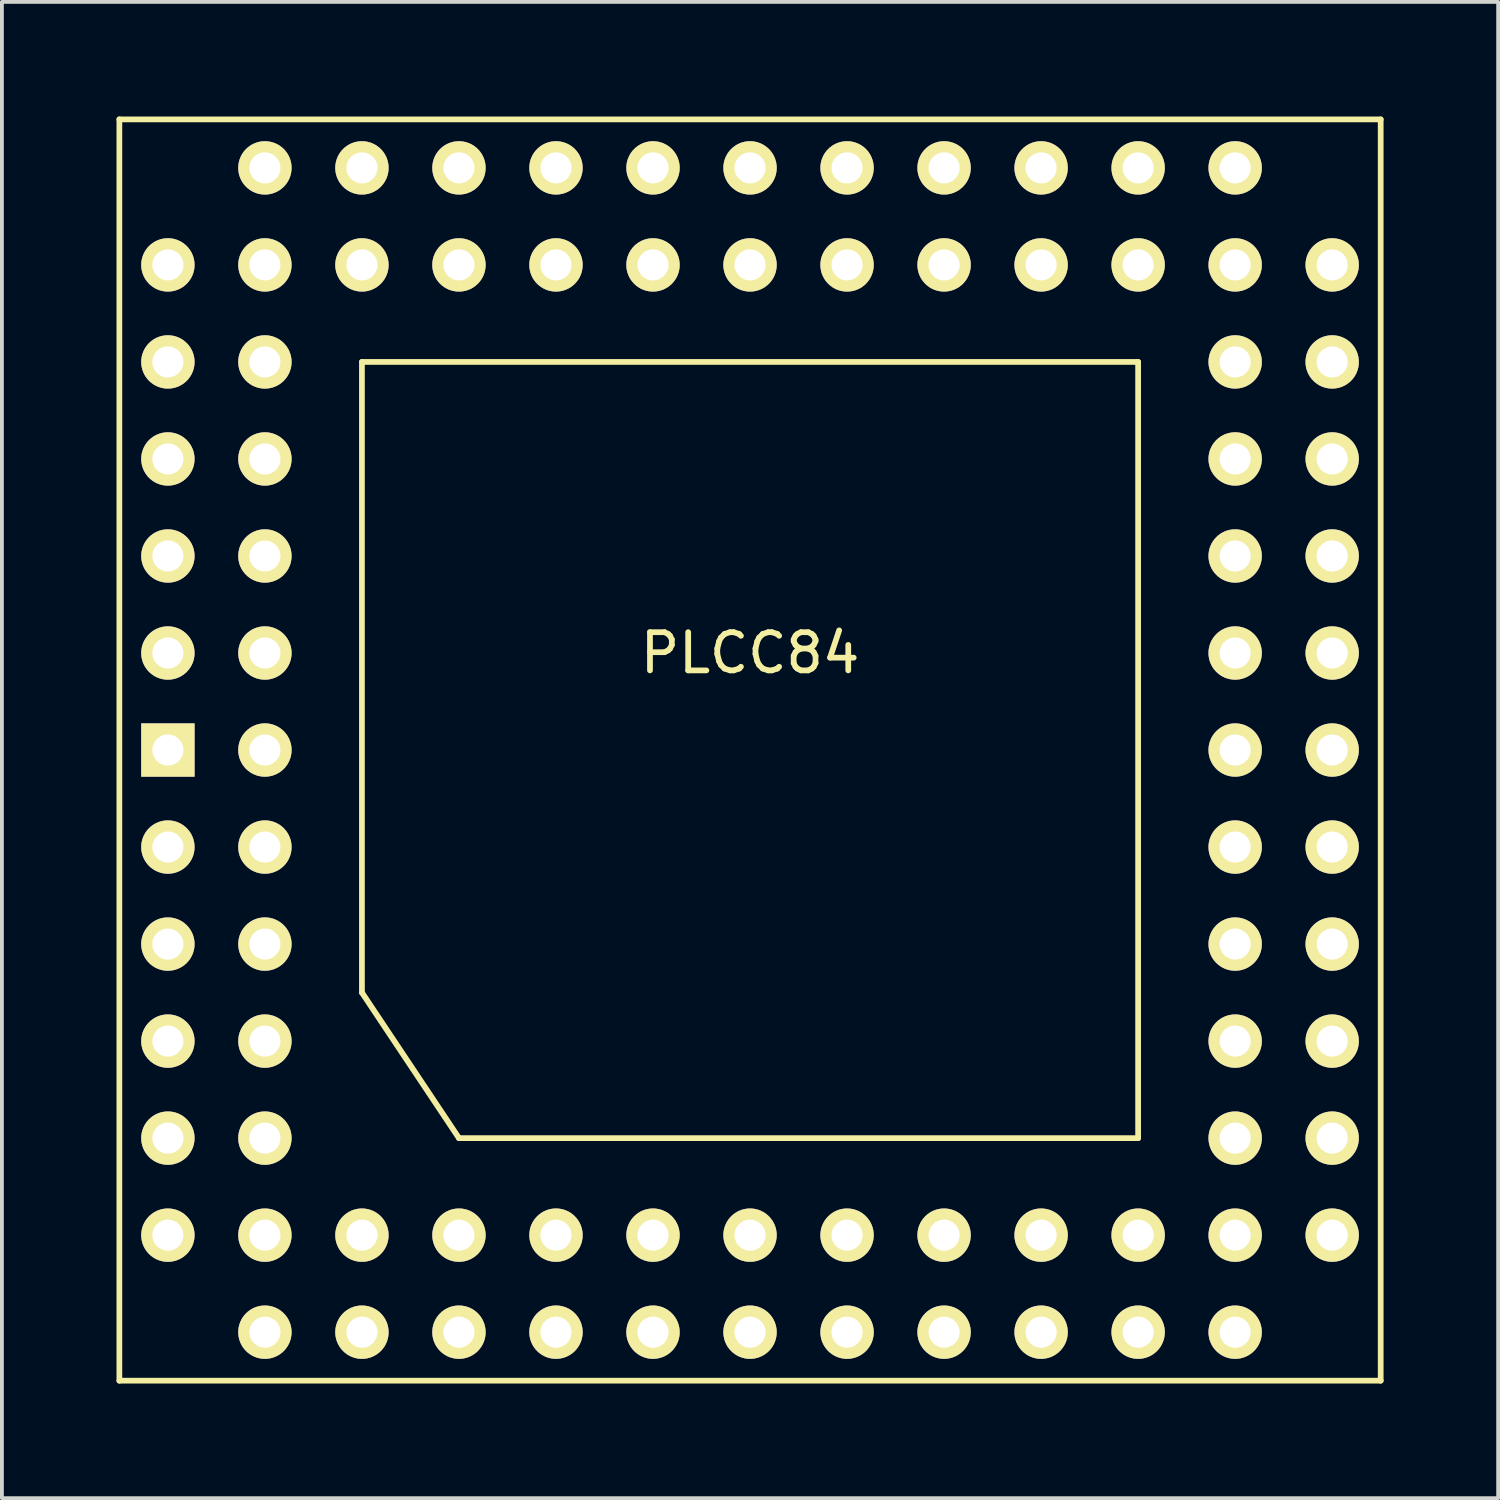
<source format=kicad_pcb>
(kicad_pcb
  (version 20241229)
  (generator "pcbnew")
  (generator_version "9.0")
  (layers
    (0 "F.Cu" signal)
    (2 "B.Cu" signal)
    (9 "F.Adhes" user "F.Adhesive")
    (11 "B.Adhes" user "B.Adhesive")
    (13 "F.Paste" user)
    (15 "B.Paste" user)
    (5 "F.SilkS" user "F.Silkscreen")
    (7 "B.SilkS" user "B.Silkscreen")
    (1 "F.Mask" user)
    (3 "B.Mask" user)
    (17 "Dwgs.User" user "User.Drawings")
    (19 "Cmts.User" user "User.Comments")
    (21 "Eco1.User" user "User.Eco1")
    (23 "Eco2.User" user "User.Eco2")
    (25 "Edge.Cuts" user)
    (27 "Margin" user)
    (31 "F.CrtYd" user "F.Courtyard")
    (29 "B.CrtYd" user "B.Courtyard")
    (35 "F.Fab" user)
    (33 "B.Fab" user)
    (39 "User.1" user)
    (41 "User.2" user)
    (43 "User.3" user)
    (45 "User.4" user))
  (footprint "PLCC84"
    (layer "F.Cu")
    (at 16.585 16.585)
    (property "Reference" "PLCC84" (at 0 -2.54 0) (layer "F.SilkS") (effects (font (size 1 1) (thickness 0.15))))
    (attr through_hole)
    (fp_line (start -16.51 -16.51) (end -16.51 16.51) (stroke (width 0.15) (type solid)) (layer "F.SilkS"))
    (fp_line (start -16.51 16.51) (end 16.51 16.51) (stroke (width 0.15) (type solid)) (layer "F.SilkS"))
    (fp_line (start -10.16 -10.16) (end -10.16 6.35) (stroke (width 0.15) (type solid)) (layer "F.SilkS"))
    (fp_line (start -10.16 6.35) (end -7.62 10.16) (stroke (width 0.15) (type solid)) (layer "F.SilkS"))
    (fp_line (start -7.62 10.16) (end 10.16 10.16) (stroke (width 0.15) (type solid)) (layer "F.SilkS"))
    (fp_line (start 10.16 -10.16) (end -10.16 -10.16) (stroke (width 0.15) (type solid)) (layer "F.SilkS"))
    (fp_line (start 10.16 10.16) (end 10.16 -10.16) (stroke (width 0.15) (type solid)) (layer "F.SilkS"))
    (fp_line (start 16.51 -16.51) (end -16.51 -16.51) (stroke (width 0.15) (type solid)) (layer "F.SilkS"))
    (fp_line (start 16.51 16.51) (end 16.51 -16.51) (stroke (width 0.15) (type solid)) (layer "F.SilkS"))
    (pad "1" thru_hole rect (at -15.24 0) (size 1.397 1.397) (drill 0.813) (layers "*.Cu" "*.Mask" "F.SilkS"))
    (pad "2" thru_hole circle (at -12.7 0) (size 1.397 1.397) (drill 0.813) (layers "*.Cu" "*.Mask" "F.SilkS"))
    (pad "3" thru_hole circle (at -15.24 2.54) (size 1.397 1.397) (drill 0.813) (layers "*.Cu" "*.Mask" "F.SilkS"))
    (pad "4" thru_hole circle (at -12.7 2.54) (size 1.397 1.397) (drill 0.813) (layers "*.Cu" "*.Mask" "F.SilkS"))
    (pad "5" thru_hole circle (at -15.24 5.08) (size 1.397 1.397) (drill 0.813) (layers "*.Cu" "*.Mask" "F.SilkS"))
    (pad "6" thru_hole circle (at -12.7 5.08) (size 1.397 1.397) (drill 0.813) (layers "*.Cu" "*.Mask" "F.SilkS"))
    (pad "7" thru_hole circle (at -15.24 7.62) (size 1.397 1.397) (drill 0.813) (layers "*.Cu" "*.Mask" "F.SilkS"))
    (pad "8" thru_hole circle (at -12.7 7.62) (size 1.397 1.397) (drill 0.813) (layers "*.Cu" "*.Mask" "F.SilkS"))
    (pad "9" thru_hole circle (at -15.24 10.16) (size 1.397 1.397) (drill 0.813) (layers "*.Cu" "*.Mask" "F.SilkS"))
    (pad "10" thru_hole circle (at -12.7 10.16) (size 1.397 1.397) (drill 0.813) (layers "*.Cu" "*.Mask" "F.SilkS"))
    (pad "11" thru_hole circle (at -15.24 12.7) (size 1.397 1.397) (drill 0.813) (layers "*.Cu" "*.Mask" "F.SilkS"))
    (pad "12" thru_hole circle (at -12.7 15.24) (size 1.397 1.397) (drill 0.813) (layers "*.Cu" "*.Mask" "F.SilkS"))
    (pad "13" thru_hole circle (at -12.7 12.7) (size 1.397 1.397) (drill 0.813) (layers "*.Cu" "*.Mask" "F.SilkS"))
    (pad "14" thru_hole circle (at -10.16 15.24) (size 1.397 1.397) (drill 0.813) (layers "*.Cu" "*.Mask" "F.SilkS"))
    (pad "15" thru_hole circle (at -10.16 12.7) (size 1.397 1.397) (drill 0.813) (layers "*.Cu" "*.Mask" "F.SilkS"))
    (pad "16" thru_hole circle (at -7.62 15.24) (size 1.397 1.397) (drill 0.813) (layers "*.Cu" "*.Mask" "F.SilkS"))
    (pad "17" thru_hole circle (at -7.62 12.7) (size 1.397 1.397) (drill 0.813) (layers "*.Cu" "*.Mask" "F.SilkS"))
    (pad "18" thru_hole circle (at -5.08 15.24) (size 1.397 1.397) (drill 0.813) (layers "*.Cu" "*.Mask" "F.SilkS"))
    (pad "19" thru_hole circle (at -5.08 12.7) (size 1.397 1.397) (drill 0.813) (layers "*.Cu" "*.Mask" "F.SilkS"))
    (pad "20" thru_hole circle (at -2.54 15.24) (size 1.397 1.397) (drill 0.813) (layers "*.Cu" "*.Mask" "F.SilkS"))
    (pad "21" thru_hole circle (at -2.54 12.7) (size 1.397 1.397) (drill 0.813) (layers "*.Cu" "*.Mask" "F.SilkS"))
    (pad "22" thru_hole circle (at 0 15.24) (size 1.397 1.397) (drill 0.813) (layers "*.Cu" "*.Mask" "F.SilkS"))
    (pad "23" thru_hole circle (at 0 12.7) (size 1.397 1.397) (drill 0.813) (layers "*.Cu" "*.Mask" "F.SilkS"))
    (pad "24" thru_hole circle (at 2.54 15.24) (size 1.397 1.397) (drill 0.813) (layers "*.Cu" "*.Mask" "F.SilkS"))
    (pad "25" thru_hole circle (at 2.54 12.7) (size 1.397 1.397) (drill 0.813) (layers "*.Cu" "*.Mask" "F.SilkS"))
    (pad "26" thru_hole circle (at 5.08 15.24) (size 1.397 1.397) (drill 0.813) (layers "*.Cu" "*.Mask" "F.SilkS"))
    (pad "27" thru_hole circle (at 5.08 12.7) (size 1.397 1.397) (drill 0.813) (layers "*.Cu" "*.Mask" "F.SilkS"))
    (pad "28" thru_hole circle (at 7.62 15.24) (size 1.397 1.397) (drill 0.813) (layers "*.Cu" "*.Mask" "F.SilkS"))
    (pad "29" thru_hole circle (at 7.62 12.7) (size 1.397 1.397) (drill 0.813) (layers "*.Cu" "*.Mask" "F.SilkS"))
    (pad "30" thru_hole circle (at 10.16 15.24) (size 1.397 1.397) (drill 0.813) (layers "*.Cu" "*.Mask" "F.SilkS"))
    (pad "31" thru_hole circle (at 10.16 12.7) (size 1.397 1.397) (drill 0.813) (layers "*.Cu" "*.Mask" "F.SilkS"))
    (pad "32" thru_hole circle (at 12.7 15.24) (size 1.397 1.397) (drill 0.813) (layers "*.Cu" "*.Mask" "F.SilkS"))
    (pad "33" thru_hole circle (at 15.24 12.7) (size 1.397 1.397) (drill 0.813) (layers "*.Cu" "*.Mask" "F.SilkS"))
    (pad "34" thru_hole circle (at 12.7 12.7) (size 1.397 1.397) (drill 0.813) (layers "*.Cu" "*.Mask" "F.SilkS"))
    (pad "35" thru_hole circle (at 15.24 10.16) (size 1.397 1.397) (drill 0.813) (layers "*.Cu" "*.Mask" "F.SilkS"))
    (pad "36" thru_hole circle (at 12.7 10.16) (size 1.397 1.397) (drill 0.813) (layers "*.Cu" "*.Mask" "F.SilkS"))
    (pad "37" thru_hole circle (at 15.24 7.62) (size 1.397 1.397) (drill 0.813) (layers "*.Cu" "*.Mask" "F.SilkS"))
    (pad "38" thru_hole circle (at 12.7 7.62) (size 1.397 1.397) (drill 0.813) (layers "*.Cu" "*.Mask" "F.SilkS"))
    (pad "39" thru_hole circle (at 15.24 5.08) (size 1.397 1.397) (drill 0.813) (layers "*.Cu" "*.Mask" "F.SilkS"))
    (pad "40" thru_hole circle (at 12.7 5.08) (size 1.397 1.397) (drill 0.813) (layers "*.Cu" "*.Mask" "F.SilkS"))
    (pad "41" thru_hole circle (at 15.24 2.54) (size 1.397 1.397) (drill 0.813) (layers "*.Cu" "*.Mask" "F.SilkS"))
    (pad "42" thru_hole circle (at 12.7 2.54) (size 1.397 1.397) (drill 0.813) (layers "*.Cu" "*.Mask" "F.SilkS"))
    (pad "43" thru_hole circle (at 15.24 0) (size 1.397 1.397) (drill 0.813) (layers "*.Cu" "*.Mask" "F.SilkS"))
    (pad "44" thru_hole circle (at 12.7 0) (size 1.397 1.397) (drill 0.813) (layers "*.Cu" "*.Mask" "F.SilkS"))
    (pad "45" thru_hole circle (at 15.24 -2.54) (size 1.397 1.397) (drill 0.813) (layers "*.Cu" "*.Mask" "F.SilkS"))
    (pad "46" thru_hole circle (at 12.7 -2.54) (size 1.397 1.397) (drill 0.813) (layers "*.Cu" "*.Mask" "F.SilkS"))
    (pad "47" thru_hole circle (at 15.24 -5.08) (size 1.397 1.397) (drill 0.813) (layers "*.Cu" "*.Mask" "F.SilkS"))
    (pad "48" thru_hole circle (at 12.7 -5.08) (size 1.397 1.397) (drill 0.813) (layers "*.Cu" "*.Mask" "F.SilkS"))
    (pad "49" thru_hole circle (at 15.24 -7.62) (size 1.397 1.397) (drill 0.813) (layers "*.Cu" "*.Mask" "F.SilkS"))
    (pad "50" thru_hole circle (at 12.7 -7.62) (size 1.397 1.397) (drill 0.813) (layers "*.Cu" "*.Mask" "F.SilkS"))
    (pad "51" thru_hole circle (at 15.24 -10.16) (size 1.397 1.397) (drill 0.813) (layers "*.Cu" "*.Mask" "F.SilkS"))
    (pad "52" thru_hole circle (at 12.7 -10.16) (size 1.397 1.397) (drill 0.813) (layers "*.Cu" "*.Mask" "F.SilkS"))
    (pad "53" thru_hole circle (at 15.24 -12.7) (size 1.397 1.397) (drill 0.813) (layers "*.Cu" "*.Mask" "F.SilkS"))
    (pad "54" thru_hole circle (at 12.7 -15.24) (size 1.397 1.397) (drill 0.813) (layers "*.Cu" "*.Mask" "F.SilkS"))
    (pad "55" thru_hole circle (at 12.7 -12.7) (size 1.397 1.397) (drill 0.813) (layers "*.Cu" "*.Mask" "F.SilkS"))
    (pad "56" thru_hole circle (at 10.16 -15.24) (size 1.397 1.397) (drill 0.813) (layers "*.Cu" "*.Mask" "F.SilkS"))
    (pad "57" thru_hole circle (at 10.16 -12.7) (size 1.397 1.397) (drill 0.813) (layers "*.Cu" "*.Mask" "F.SilkS"))
    (pad "58" thru_hole circle (at 7.62 -15.24) (size 1.397 1.397) (drill 0.813) (layers "*.Cu" "*.Mask" "F.SilkS"))
    (pad "59" thru_hole circle (at 7.62 -12.7) (size 1.397 1.397) (drill 0.813) (layers "*.Cu" "*.Mask" "F.SilkS"))
    (pad "60" thru_hole circle (at 5.08 -15.24) (size 1.397 1.397) (drill 0.813) (layers "*.Cu" "*.Mask" "F.SilkS"))
    (pad "61" thru_hole circle (at 5.08 -12.7) (size 1.397 1.397) (drill 0.813) (layers "*.Cu" "*.Mask" "F.SilkS"))
    (pad "62" thru_hole circle (at 2.54 -15.24) (size 1.397 1.397) (drill 0.813) (layers "*.Cu" "*.Mask" "F.SilkS"))
    (pad "63" thru_hole circle (at 2.54 -12.7) (size 1.397 1.397) (drill 0.813) (layers "*.Cu" "*.Mask" "F.SilkS"))
    (pad "64" thru_hole circle (at 0 -15.24) (size 1.397 1.397) (drill 0.813) (layers "*.Cu" "*.Mask" "F.SilkS"))
    (pad "65" thru_hole circle (at 0 -12.7) (size 1.397 1.397) (drill 0.813) (layers "*.Cu" "*.Mask" "F.SilkS"))
    (pad "66" thru_hole circle (at -2.54 -15.24) (size 1.397 1.397) (drill 0.813) (layers "*.Cu" "*.Mask" "F.SilkS"))
    (pad "67" thru_hole circle (at -2.54 -12.7) (size 1.397 1.397) (drill 0.813) (layers "*.Cu" "*.Mask" "F.SilkS"))
    (pad "68" thru_hole circle (at -5.08 -15.24) (size 1.397 1.397) (drill 0.813) (layers "*.Cu" "*.Mask" "F.SilkS"))
    (pad "69" thru_hole circle (at -5.08 -12.7) (size 1.397 1.397) (drill 0.813) (layers "*.Cu" "*.Mask" "F.SilkS"))
    (pad "70" thru_hole circle (at -7.62 -15.24) (size 1.397 1.397) (drill 0.813) (layers "*.Cu" "*.Mask" "F.SilkS"))
    (pad "71" thru_hole circle (at -7.62 -12.7) (size 1.397 1.397) (drill 0.813) (layers "*.Cu" "*.Mask" "F.SilkS"))
    (pad "72" thru_hole circle (at -10.16 -15.24) (size 1.397 1.397) (drill 0.813) (layers "*.Cu" "*.Mask" "F.SilkS"))
    (pad "73" thru_hole circle (at -10.16 -12.7) (size 1.397 1.397) (drill 0.813) (layers "*.Cu" "*.Mask" "F.SilkS"))
    (pad "74" thru_hole circle (at -12.7 -15.24) (size 1.397 1.397) (drill 0.813) (layers "*.Cu" "*.Mask" "F.SilkS"))
    (pad "75" thru_hole circle (at -15.24 -12.7) (size 1.397 1.397) (drill 0.813) (layers "*.Cu" "*.Mask" "F.SilkS"))
    (pad "76" thru_hole circle (at -12.7 -12.7) (size 1.397 1.397) (drill 0.813) (layers "*.Cu" "*.Mask" "F.SilkS"))
    (pad "77" thru_hole circle (at -15.24 -10.16) (size 1.397 1.397) (drill 0.813) (layers "*.Cu" "*.Mask" "F.SilkS"))
    (pad "78" thru_hole circle (at -12.7 -10.16) (size 1.397 1.397) (drill 0.813) (layers "*.Cu" "*.Mask" "F.SilkS"))
    (pad "79" thru_hole circle (at -15.24 -7.62) (size 1.397 1.397) (drill 0.813) (layers "*.Cu" "*.Mask" "F.SilkS"))
    (pad "80" thru_hole circle (at -12.7 -7.62) (size 1.397 1.397) (drill 0.813) (layers "*.Cu" "*.Mask" "F.SilkS"))
    (pad "81" thru_hole circle (at -15.24 -5.08) (size 1.397 1.397) (drill 0.813) (layers "*.Cu" "*.Mask" "F.SilkS"))
    (pad "82" thru_hole circle (at -12.7 -5.08) (size 1.397 1.397) (drill 0.813) (layers "*.Cu" "*.Mask" "F.SilkS"))
    (pad "83" thru_hole circle (at -15.24 -2.54) (size 1.397 1.397) (drill 0.813) (layers "*.Cu" "*.Mask" "F.SilkS"))
    (pad "84" thru_hole circle (at -12.7 -2.54) (size 1.397 1.397) (drill 0.813) (layers "*.Cu" "*.Mask" "F.SilkS")))
  (gr_rect
    (start -3 -3)
    (end 36.17 36.17)
    (stroke (width 0.1) (type default))
    (fill no)
    (layer "Edge.Cuts")))
</source>
